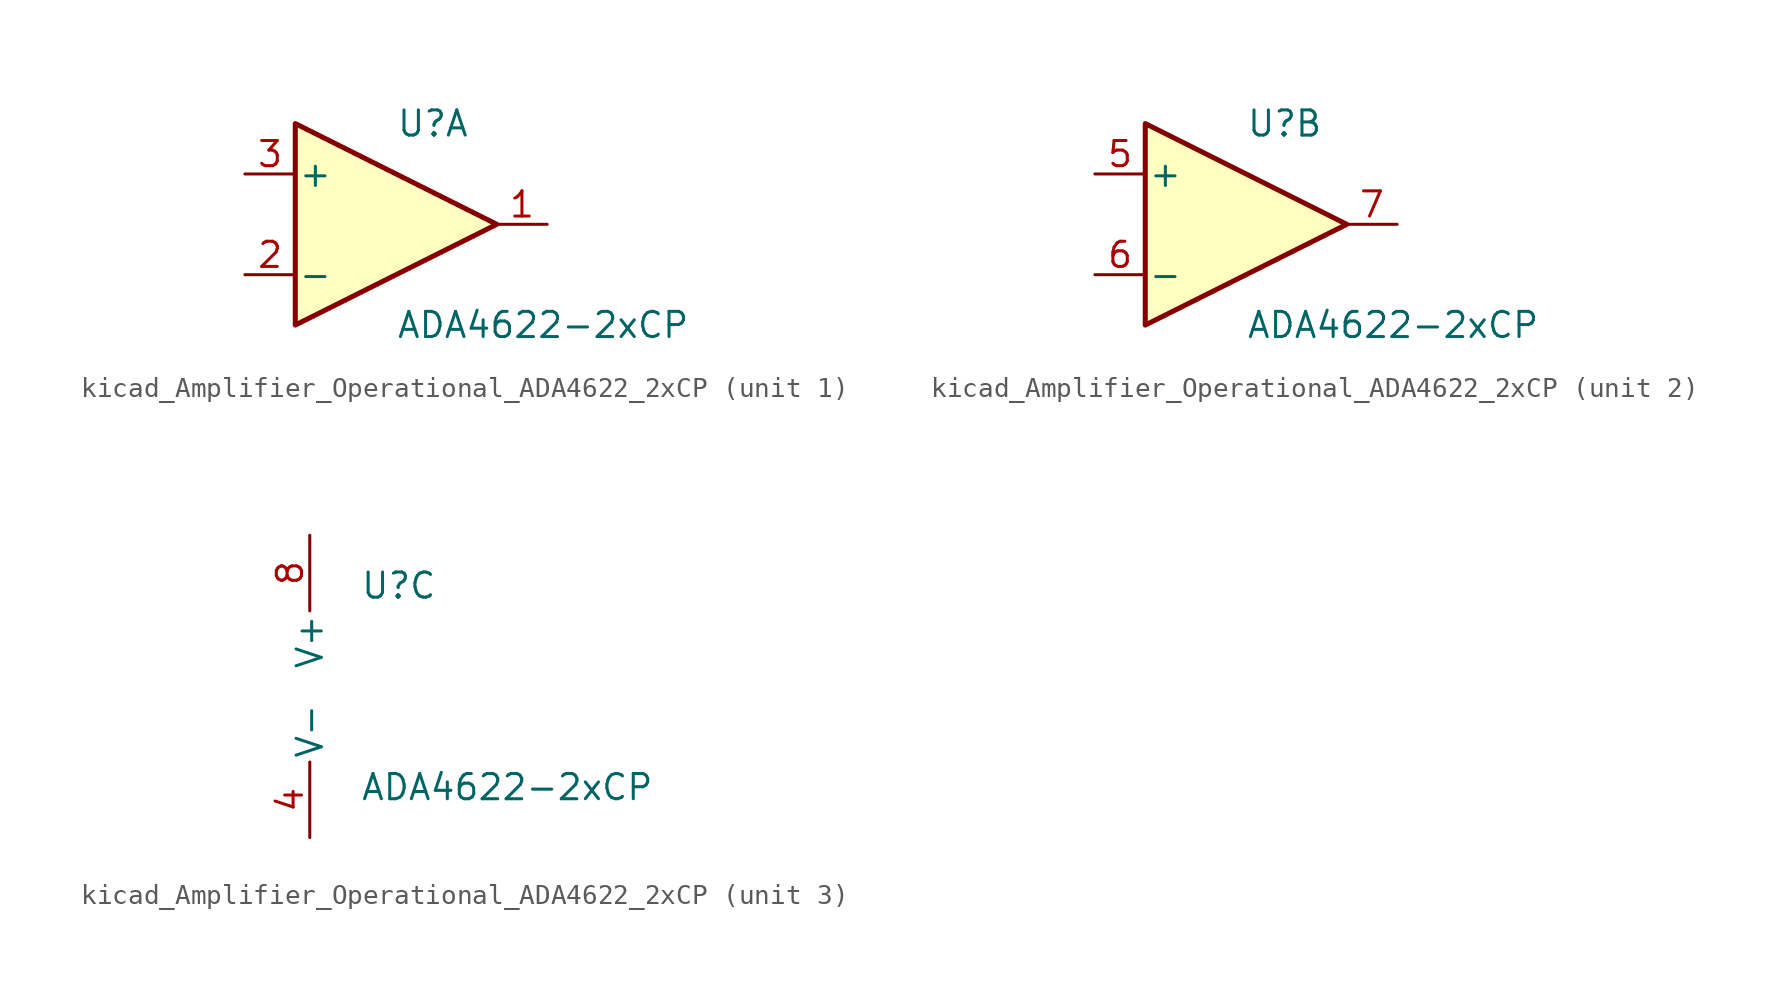
<source format=kicad_sym>
(kicad_symbol_lib
  (version 20220914)
  (generator kicad_symbol_editor)
  (symbol "kicad_Amplifier_Operational_ADA4622_2xCP"
    (pin_names
      (offset 0.127))
    (property "Reference" "U"
      (at 0 5.08 0)
      (effects (font (size 1.27 1.27)) (justify left)))
    (property "Value" "ADA4622-2xCP"
      (at 0 -5.08 0)
      (effects (font (size 1.27 1.27)) (justify left)))
    (property "ki_locked" ""
      (at 0 0 0)
      (effects (font (size 1.27 1.27))))
    (symbol "kicad_Amplifier_Operational_ADA4622_2xCP_1_1"
      (polyline (pts (xy -5.08 5.08) (xy 5.08 0) (xy -5.08 -5.08) (xy -5.08 5.08)) (stroke (width 0.254) (type default)) (fill (type background)))
      (pin output line (at 7.62 0 180) (length 2.54) (name "~" (effects (font (size 1.27 1.27)))) (number "1" (effects (font (size 1.27 1.27)))))
      (pin input line (at -7.62 -2.54 0) (length 2.54) (name "-" (effects (font (size 1.27 1.27)))) (number "2" (effects (font (size 1.27 1.27)))))
      (pin input line (at -7.62 2.54 0) (length 2.54) (name "+" (effects (font (size 1.27 1.27)))) (number "3" (effects (font (size 1.27 1.27))))))
    (symbol "kicad_Amplifier_Operational_ADA4622_2xCP_2_1"
      (polyline (pts (xy -5.08 5.08) (xy 5.08 0) (xy -5.08 -5.08) (xy -5.08 5.08)) (stroke (width 0.254) (type default)) (fill (type background)))
      (pin input line (at -7.62 2.54 0) (length 2.54) (name "+" (effects (font (size 1.27 1.27)))) (number "5" (effects (font (size 1.27 1.27)))))
      (pin input line (at -7.62 -2.54 0) (length 2.54) (name "-" (effects (font (size 1.27 1.27)))) (number "6" (effects (font (size 1.27 1.27)))))
      (pin output line (at 7.62 0 180) (length 2.54) (name "~" (effects (font (size 1.27 1.27)))) (number "7" (effects (font (size 1.27 1.27))))))
    (symbol "kicad_Amplifier_Operational_ADA4622_2xCP_3_1"
      (pin power_in line (at -2.54 -7.62 90) (length 3.81) (name "V-" (effects (font (size 1.27 1.27)))) (number "4" (effects (font (size 1.27 1.27)))))
      (pin power_in line (at -2.54 7.62 270) (length 3.81) (name "V+" (effects (font (size 1.27 1.27)))) (number "8" (effects (font (size 1.27 1.27)))))
      (pin passive line (at -2.54 7.62 270) (length 3.81) hide (name "V+" (effects (font (size 1.27 1.27)))) (number "9" (effects (font (size 1.27 1.27))))))))
</source>
